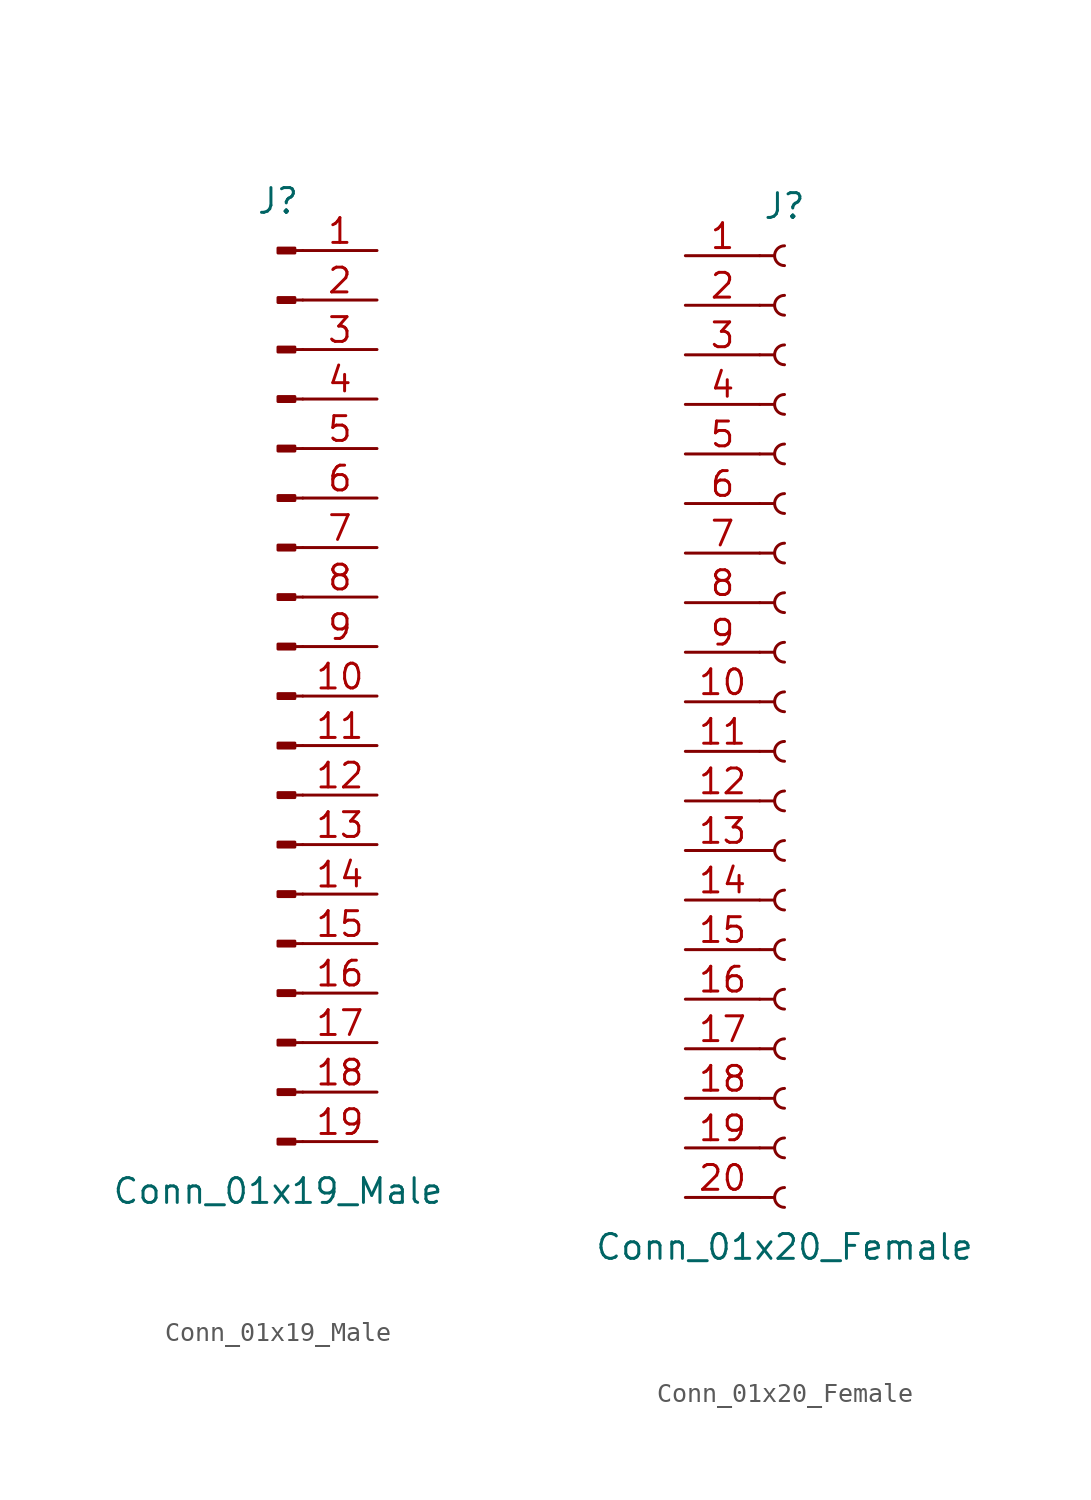
<source format=kicad_sym>
(kicad_symbol_lib
  (version 20220914)
  (generator kicad_symbol_editor)
  (symbol "Conn_01x19_Male"
    (pin_names
      (offset 1.016) hide)
    (property "Reference" "J"
      (at 0 25.4 0)
      (effects (font (size 1.27 1.27))))
    (property "Value" "Conn_01x19_Male"
      (at 0 -25.4 0)
      (effects (font (size 1.27 1.27))))
    (symbol "Conn_01x19_Male_1_1"
      (polyline (pts (xy 1.27 -22.86) (xy 0.864 -22.86)) (stroke (width 0.152) (type default)) (fill (type none)))
      (polyline (pts (xy 1.27 -20.32) (xy 0.864 -20.32)) (stroke (width 0.152) (type default)) (fill (type none)))
      (polyline (pts (xy 1.27 -17.78) (xy 0.864 -17.78)) (stroke (width 0.152) (type default)) (fill (type none)))
      (polyline (pts (xy 1.27 -15.24) (xy 0.864 -15.24)) (stroke (width 0.152) (type default)) (fill (type none)))
      (polyline (pts (xy 1.27 -12.7) (xy 0.864 -12.7)) (stroke (width 0.152) (type default)) (fill (type none)))
      (polyline (pts (xy 1.27 -10.16) (xy 0.864 -10.16)) (stroke (width 0.152) (type default)) (fill (type none)))
      (polyline (pts (xy 1.27 -7.62) (xy 0.864 -7.62)) (stroke (width 0.152) (type default)) (fill (type none)))
      (polyline (pts (xy 1.27 -5.08) (xy 0.864 -5.08)) (stroke (width 0.152) (type default)) (fill (type none)))
      (polyline (pts (xy 1.27 -2.54) (xy 0.864 -2.54)) (stroke (width 0.152) (type default)) (fill (type none)))
      (polyline (pts (xy 1.27 0) (xy 0.864 0)) (stroke (width 0.152) (type default)) (fill (type none)))
      (polyline (pts (xy 1.27 2.54) (xy 0.864 2.54)) (stroke (width 0.152) (type default)) (fill (type none)))
      (polyline (pts (xy 1.27 5.08) (xy 0.864 5.08)) (stroke (width 0.152) (type default)) (fill (type none)))
      (polyline (pts (xy 1.27 7.62) (xy 0.864 7.62)) (stroke (width 0.152) (type default)) (fill (type none)))
      (polyline (pts (xy 1.27 10.16) (xy 0.864 10.16)) (stroke (width 0.152) (type default)) (fill (type none)))
      (polyline (pts (xy 1.27 12.7) (xy 0.864 12.7)) (stroke (width 0.152) (type default)) (fill (type none)))
      (polyline (pts (xy 1.27 15.24) (xy 0.864 15.24)) (stroke (width 0.152) (type default)) (fill (type none)))
      (polyline (pts (xy 1.27 17.78) (xy 0.864 17.78)) (stroke (width 0.152) (type default)) (fill (type none)))
      (polyline (pts (xy 1.27 20.32) (xy 0.864 20.32)) (stroke (width 0.152) (type default)) (fill (type none)))
      (polyline (pts (xy 1.27 22.86) (xy 0.864 22.86)) (stroke (width 0.152) (type default)) (fill (type none)))
      (rectangle (start 0.864 -22.733) (end 0 -22.987) (stroke (width 0.152) (type default)) (fill (type outline)))
      (rectangle (start 0.864 -20.193) (end 0 -20.447) (stroke (width 0.152) (type default)) (fill (type outline)))
      (rectangle (start 0.864 -17.653) (end 0 -17.907) (stroke (width 0.152) (type default)) (fill (type outline)))
      (rectangle (start 0.864 -15.113) (end 0 -15.367) (stroke (width 0.152) (type default)) (fill (type outline)))
      (rectangle (start 0.864 -12.573) (end 0 -12.827) (stroke (width 0.152) (type default)) (fill (type outline)))
      (rectangle (start 0.864 -10.033) (end 0 -10.287) (stroke (width 0.152) (type default)) (fill (type outline)))
      (rectangle (start 0.864 -7.493) (end 0 -7.747) (stroke (width 0.152) (type default)) (fill (type outline)))
      (rectangle (start 0.864 -4.953) (end 0 -5.207) (stroke (width 0.152) (type default)) (fill (type outline)))
      (rectangle (start 0.864 -2.413) (end 0 -2.667) (stroke (width 0.152) (type default)) (fill (type outline)))
      (rectangle (start 0.864 0.127) (end 0 -0.127) (stroke (width 0.152) (type default)) (fill (type outline)))
      (rectangle (start 0.864 2.667) (end 0 2.413) (stroke (width 0.152) (type default)) (fill (type outline)))
      (rectangle (start 0.864 5.207) (end 0 4.953) (stroke (width 0.152) (type default)) (fill (type outline)))
      (rectangle (start 0.864 7.747) (end 0 7.493) (stroke (width 0.152) (type default)) (fill (type outline)))
      (rectangle (start 0.864 10.287) (end 0 10.033) (stroke (width 0.152) (type default)) (fill (type outline)))
      (rectangle (start 0.864 12.827) (end 0 12.573) (stroke (width 0.152) (type default)) (fill (type outline)))
      (rectangle (start 0.864 15.367) (end 0 15.113) (stroke (width 0.152) (type default)) (fill (type outline)))
      (rectangle (start 0.864 17.907) (end 0 17.653) (stroke (width 0.152) (type default)) (fill (type outline)))
      (rectangle (start 0.864 20.447) (end 0 20.193) (stroke (width 0.152) (type default)) (fill (type outline)))
      (rectangle (start 0.864 22.987) (end 0 22.733) (stroke (width 0.152) (type default)) (fill (type outline)))
      (pin passive line (at 5.08 22.86 180) (length 3.81) (name "Pin_1" (effects (font (size 1.27 1.27)))) (number "1" (effects (font (size 1.27 1.27)))))
      (pin passive line (at 5.08 0 180) (length 3.81) (name "Pin_10" (effects (font (size 1.27 1.27)))) (number "10" (effects (font (size 1.27 1.27)))))
      (pin passive line (at 5.08 -2.54 180) (length 3.81) (name "Pin_11" (effects (font (size 1.27 1.27)))) (number "11" (effects (font (size 1.27 1.27)))))
      (pin passive line (at 5.08 -5.08 180) (length 3.81) (name "Pin_12" (effects (font (size 1.27 1.27)))) (number "12" (effects (font (size 1.27 1.27)))))
      (pin passive line (at 5.08 -7.62 180) (length 3.81) (name "Pin_13" (effects (font (size 1.27 1.27)))) (number "13" (effects (font (size 1.27 1.27)))))
      (pin passive line (at 5.08 -10.16 180) (length 3.81) (name "Pin_14" (effects (font (size 1.27 1.27)))) (number "14" (effects (font (size 1.27 1.27)))))
      (pin passive line (at 5.08 -12.7 180) (length 3.81) (name "Pin_15" (effects (font (size 1.27 1.27)))) (number "15" (effects (font (size 1.27 1.27)))))
      (pin passive line (at 5.08 -15.24 180) (length 3.81) (name "Pin_16" (effects (font (size 1.27 1.27)))) (number "16" (effects (font (size 1.27 1.27)))))
      (pin passive line (at 5.08 -17.78 180) (length 3.81) (name "Pin_17" (effects (font (size 1.27 1.27)))) (number "17" (effects (font (size 1.27 1.27)))))
      (pin passive line (at 5.08 -20.32 180) (length 3.81) (name "Pin_18" (effects (font (size 1.27 1.27)))) (number "18" (effects (font (size 1.27 1.27)))))
      (pin passive line (at 5.08 -22.86 180) (length 3.81) (name "Pin_19" (effects (font (size 1.27 1.27)))) (number "19" (effects (font (size 1.27 1.27)))))
      (pin passive line (at 5.08 20.32 180) (length 3.81) (name "Pin_2" (effects (font (size 1.27 1.27)))) (number "2" (effects (font (size 1.27 1.27)))))
      (pin passive line (at 5.08 17.78 180) (length 3.81) (name "Pin_3" (effects (font (size 1.27 1.27)))) (number "3" (effects (font (size 1.27 1.27)))))
      (pin passive line (at 5.08 15.24 180) (length 3.81) (name "Pin_4" (effects (font (size 1.27 1.27)))) (number "4" (effects (font (size 1.27 1.27)))))
      (pin passive line (at 5.08 12.7 180) (length 3.81) (name "Pin_5" (effects (font (size 1.27 1.27)))) (number "5" (effects (font (size 1.27 1.27)))))
      (pin passive line (at 5.08 10.16 180) (length 3.81) (name "Pin_6" (effects (font (size 1.27 1.27)))) (number "6" (effects (font (size 1.27 1.27)))))
      (pin passive line (at 5.08 7.62 180) (length 3.81) (name "Pin_7" (effects (font (size 1.27 1.27)))) (number "7" (effects (font (size 1.27 1.27)))))
      (pin passive line (at 5.08 5.08 180) (length 3.81) (name "Pin_8" (effects (font (size 1.27 1.27)))) (number "8" (effects (font (size 1.27 1.27)))))
      (pin passive line (at 5.08 2.54 180) (length 3.81) (name "Pin_9" (effects (font (size 1.27 1.27)))) (number "9" (effects (font (size 1.27 1.27)))))))
  (symbol "Conn_01x20_Female"
    (pin_names
      (offset 1.016) hide)
    (property "Reference" "J"
      (at 0 25.4 0)
      (effects (font (size 1.27 1.27))))
    (property "Value" "Conn_01x20_Female"
      (at 0 -27.94 0)
      (effects (font (size 1.27 1.27))))
    (symbol "Conn_01x20_Female_1_1"
      (arc (start 0 -24.892) (mid -0.5058 -25.4) (end 0 -25.908) (stroke (width 0.1524) (type default)) (fill (type none)))
      (arc (start 0 -22.352) (mid -0.5058 -22.86) (end 0 -23.368) (stroke (width 0.1524) (type default)) (fill (type none)))
      (arc (start 0 -19.812) (mid -0.5058 -20.32) (end 0 -20.828) (stroke (width 0.1524) (type default)) (fill (type none)))
      (arc (start 0 -17.272) (mid -0.5058 -17.78) (end 0 -18.288) (stroke (width 0.1524) (type default)) (fill (type none)))
      (arc (start 0 -14.732) (mid -0.5058 -15.24) (end 0 -15.748) (stroke (width 0.1524) (type default)) (fill (type none)))
      (arc (start 0 -12.192) (mid -0.5058 -12.7) (end 0 -13.208) (stroke (width 0.1524) (type default)) (fill (type none)))
      (arc (start 0 -9.652) (mid -0.5058 -10.16) (end 0 -10.668) (stroke (width 0.1524) (type default)) (fill (type none)))
      (arc (start 0 -7.112) (mid -0.5058 -7.62) (end 0 -8.128) (stroke (width 0.1524) (type default)) (fill (type none)))
      (arc (start 0 -4.572) (mid -0.5058 -5.08) (end 0 -5.588) (stroke (width 0.1524) (type default)) (fill (type none)))
      (arc (start 0 -2.032) (mid -0.5058 -2.54) (end 0 -3.048) (stroke (width 0.1524) (type default)) (fill (type none)))
      (polyline (pts (xy -1.27 -25.4) (xy -0.508 -25.4)) (stroke (width 0.152) (type default)) (fill (type none)))
      (polyline (pts (xy -1.27 -22.86) (xy -0.508 -22.86)) (stroke (width 0.152) (type default)) (fill (type none)))
      (polyline (pts (xy -1.27 -20.32) (xy -0.508 -20.32)) (stroke (width 0.152) (type default)) (fill (type none)))
      (polyline (pts (xy -1.27 -17.78) (xy -0.508 -17.78)) (stroke (width 0.152) (type default)) (fill (type none)))
      (polyline (pts (xy -1.27 -15.24) (xy -0.508 -15.24)) (stroke (width 0.152) (type default)) (fill (type none)))
      (polyline (pts (xy -1.27 -12.7) (xy -0.508 -12.7)) (stroke (width 0.152) (type default)) (fill (type none)))
      (polyline (pts (xy -1.27 -10.16) (xy -0.508 -10.16)) (stroke (width 0.152) (type default)) (fill (type none)))
      (polyline (pts (xy -1.27 -7.62) (xy -0.508 -7.62)) (stroke (width 0.152) (type default)) (fill (type none)))
      (polyline (pts (xy -1.27 -5.08) (xy -0.508 -5.08)) (stroke (width 0.152) (type default)) (fill (type none)))
      (polyline (pts (xy -1.27 -2.54) (xy -0.508 -2.54)) (stroke (width 0.152) (type default)) (fill (type none)))
      (polyline (pts (xy -1.27 0) (xy -0.508 0)) (stroke (width 0.152) (type default)) (fill (type none)))
      (polyline (pts (xy -1.27 2.54) (xy -0.508 2.54)) (stroke (width 0.152) (type default)) (fill (type none)))
      (polyline (pts (xy -1.27 5.08) (xy -0.508 5.08)) (stroke (width 0.152) (type default)) (fill (type none)))
      (polyline (pts (xy -1.27 7.62) (xy -0.508 7.62)) (stroke (width 0.152) (type default)) (fill (type none)))
      (polyline (pts (xy -1.27 10.16) (xy -0.508 10.16)) (stroke (width 0.152) (type default)) (fill (type none)))
      (polyline (pts (xy -1.27 12.7) (xy -0.508 12.7)) (stroke (width 0.152) (type default)) (fill (type none)))
      (polyline (pts (xy -1.27 15.24) (xy -0.508 15.24)) (stroke (width 0.152) (type default)) (fill (type none)))
      (polyline (pts (xy -1.27 17.78) (xy -0.508 17.78)) (stroke (width 0.152) (type default)) (fill (type none)))
      (polyline (pts (xy -1.27 20.32) (xy -0.508 20.32)) (stroke (width 0.152) (type default)) (fill (type none)))
      (polyline (pts (xy -1.27 22.86) (xy -0.508 22.86)) (stroke (width 0.152) (type default)) (fill (type none)))
      (arc (start 0 0.508) (mid -0.5058 0) (end 0 -0.508) (stroke (width 0.1524) (type default)) (fill (type none)))
      (arc (start 0 3.048) (mid -0.5058 2.54) (end 0 2.032) (stroke (width 0.1524) (type default)) (fill (type none)))
      (arc (start 0 5.588) (mid -0.5058 5.08) (end 0 4.572) (stroke (width 0.1524) (type default)) (fill (type none)))
      (arc (start 0 8.128) (mid -0.5058 7.62) (end 0 7.112) (stroke (width 0.1524) (type default)) (fill (type none)))
      (arc (start 0 10.668) (mid -0.5058 10.16) (end 0 9.652) (stroke (width 0.1524) (type default)) (fill (type none)))
      (arc (start 0 13.208) (mid -0.5058 12.7) (end 0 12.192) (stroke (width 0.1524) (type default)) (fill (type none)))
      (arc (start 0 15.748) (mid -0.5058 15.24) (end 0 14.732) (stroke (width 0.1524) (type default)) (fill (type none)))
      (arc (start 0 18.288) (mid -0.5058 17.78) (end 0 17.272) (stroke (width 0.1524) (type default)) (fill (type none)))
      (arc (start 0 20.828) (mid -0.5058 20.32) (end 0 19.812) (stroke (width 0.1524) (type default)) (fill (type none)))
      (arc (start 0 23.368) (mid -0.5058 22.86) (end 0 22.352) (stroke (width 0.1524) (type default)) (fill (type none)))
      (pin passive line (at -5.08 22.86 0) (length 3.81) (name "Pin_1" (effects (font (size 1.27 1.27)))) (number "1" (effects (font (size 1.27 1.27)))))
      (pin passive line (at -5.08 0 0) (length 3.81) (name "Pin_10" (effects (font (size 1.27 1.27)))) (number "10" (effects (font (size 1.27 1.27)))))
      (pin passive line (at -5.08 -2.54 0) (length 3.81) (name "Pin_11" (effects (font (size 1.27 1.27)))) (number "11" (effects (font (size 1.27 1.27)))))
      (pin passive line (at -5.08 -5.08 0) (length 3.81) (name "Pin_12" (effects (font (size 1.27 1.27)))) (number "12" (effects (font (size 1.27 1.27)))))
      (pin passive line (at -5.08 -7.62 0) (length 3.81) (name "Pin_13" (effects (font (size 1.27 1.27)))) (number "13" (effects (font (size 1.27 1.27)))))
      (pin passive line (at -5.08 -10.16 0) (length 3.81) (name "Pin_14" (effects (font (size 1.27 1.27)))) (number "14" (effects (font (size 1.27 1.27)))))
      (pin passive line (at -5.08 -12.7 0) (length 3.81) (name "Pin_15" (effects (font (size 1.27 1.27)))) (number "15" (effects (font (size 1.27 1.27)))))
      (pin passive line (at -5.08 -15.24 0) (length 3.81) (name "Pin_16" (effects (font (size 1.27 1.27)))) (number "16" (effects (font (size 1.27 1.27)))))
      (pin passive line (at -5.08 -17.78 0) (length 3.81) (name "Pin_17" (effects (font (size 1.27 1.27)))) (number "17" (effects (font (size 1.27 1.27)))))
      (pin passive line (at -5.08 -20.32 0) (length 3.81) (name "Pin_18" (effects (font (size 1.27 1.27)))) (number "18" (effects (font (size 1.27 1.27)))))
      (pin passive line (at -5.08 -22.86 0) (length 3.81) (name "Pin_19" (effects (font (size 1.27 1.27)))) (number "19" (effects (font (size 1.27 1.27)))))
      (pin passive line (at -5.08 20.32 0) (length 3.81) (name "Pin_2" (effects (font (size 1.27 1.27)))) (number "2" (effects (font (size 1.27 1.27)))))
      (pin passive line (at -5.08 -25.4 0) (length 3.81) (name "Pin_20" (effects (font (size 1.27 1.27)))) (number "20" (effects (font (size 1.27 1.27)))))
      (pin passive line (at -5.08 17.78 0) (length 3.81) (name "Pin_3" (effects (font (size 1.27 1.27)))) (number "3" (effects (font (size 1.27 1.27)))))
      (pin passive line (at -5.08 15.24 0) (length 3.81) (name "Pin_4" (effects (font (size 1.27 1.27)))) (number "4" (effects (font (size 1.27 1.27)))))
      (pin passive line (at -5.08 12.7 0) (length 3.81) (name "Pin_5" (effects (font (size 1.27 1.27)))) (number "5" (effects (font (size 1.27 1.27)))))
      (pin passive line (at -5.08 10.16 0) (length 3.81) (name "Pin_6" (effects (font (size 1.27 1.27)))) (number "6" (effects (font (size 1.27 1.27)))))
      (pin passive line (at -5.08 7.62 0) (length 3.81) (name "Pin_7" (effects (font (size 1.27 1.27)))) (number "7" (effects (font (size 1.27 1.27)))))
      (pin passive line (at -5.08 5.08 0) (length 3.81) (name "Pin_8" (effects (font (size 1.27 1.27)))) (number "8" (effects (font (size 1.27 1.27)))))
      (pin passive line (at -5.08 2.54 0) (length 3.81) (name "Pin_9" (effects (font (size 1.27 1.27)))) (number "9" (effects (font (size 1.27 1.27))))))))
</source>
